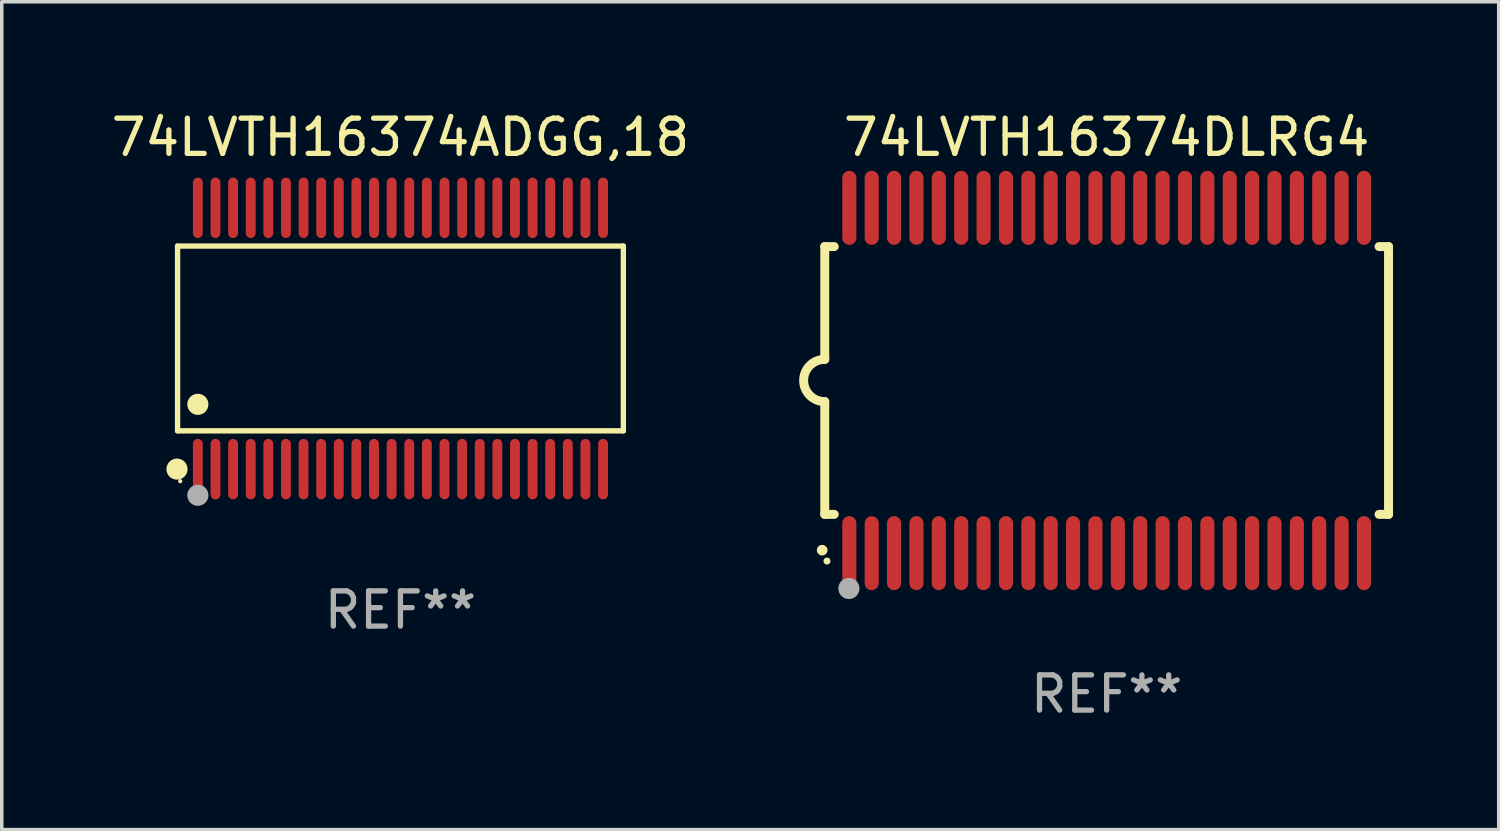
<source format=kicad_pcb>
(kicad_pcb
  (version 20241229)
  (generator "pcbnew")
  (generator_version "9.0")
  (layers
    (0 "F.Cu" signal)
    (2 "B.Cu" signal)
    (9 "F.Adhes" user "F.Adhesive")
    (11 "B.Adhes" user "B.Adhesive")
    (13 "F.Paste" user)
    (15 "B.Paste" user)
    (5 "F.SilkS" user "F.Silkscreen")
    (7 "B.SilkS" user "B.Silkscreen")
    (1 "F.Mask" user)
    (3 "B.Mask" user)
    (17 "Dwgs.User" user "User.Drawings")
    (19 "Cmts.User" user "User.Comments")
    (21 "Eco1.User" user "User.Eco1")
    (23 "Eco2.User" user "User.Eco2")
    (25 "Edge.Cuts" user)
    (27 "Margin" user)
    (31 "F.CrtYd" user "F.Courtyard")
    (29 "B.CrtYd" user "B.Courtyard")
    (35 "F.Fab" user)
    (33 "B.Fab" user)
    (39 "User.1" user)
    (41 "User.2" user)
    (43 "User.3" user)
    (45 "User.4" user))
  (footprint "74LVTH16374DLRG4"
    (layer "F.Cu")
    (at 28.357 7.748)
    (property "Reference" "74LVTH16374DLRG4" (at 0 -6.9 0) (layer "F.SilkS") (effects (font (size 1 1) (thickness 0.15))))
    (attr through_hole)
    (fp_line (start -8 -3.8) (end -8 -0.599) (stroke (width 0.254) (type solid)) (layer "F.SilkS"))
    (fp_line (start -8 -3.8) (end -7.731 -3.8) (stroke (width 0.254) (type solid)) (layer "F.SilkS"))
    (fp_line (start -8 3.8) (end -8 0.599) (stroke (width 0.254) (type solid)) (layer "F.SilkS"))
    (fp_line (start -7.731 3.8) (end -8 3.8) (stroke (width 0.254) (type solid)) (layer "F.SilkS"))
    (fp_line (start 7.731 -3.8) (end 8 -3.8) (stroke (width 0.254) (type solid)) (layer "F.SilkS"))
    (fp_line (start 8 -3.8) (end 8 3.8) (stroke (width 0.254) (type solid)) (layer "F.SilkS"))
    (fp_line (start 8 3.8) (end 7.731 3.8) (stroke (width 0.254) (type solid)) (layer "F.SilkS"))
    (fp_arc (start -8.074676 4.81585) (mid -8.073406 4.815845) (end -8.072136 4.81585) (stroke (width 0.3) (type solid)) (layer "F.SilkS"))
    (fp_arc (start -8.000025 0.6) (mid -8.598908 0.00056) (end -8.000027 -0.598882) (stroke (width 0.254001) (type solid)) (layer "F.SilkS"))
    (fp_circle (center -7.937 5.125) (end -7.887 5.125) (stroke (width 0.1) (type solid)) (fill no) (layer "F.SilkS"))
    (fp_circle (center -7.315 5.903) (end -7.165 5.903) (stroke (width 0.3) (type solid)) (fill no) (layer "F.Fab"))
    (fp_text user "REF**" (at 0 8.9 0) (layer "F.Fab") (effects (font (size 1 1) (thickness 0.15))))
    (pad "1" smd oval (at -7.303 4.9) (size 0.4 2.1) (layers "F.Cu" "F.Mask" "F.Paste"))
    (pad "2" smd oval (at -6.668 4.9) (size 0.4 2.1) (layers "F.Cu" "F.Mask" "F.Paste"))
    (pad "3" smd oval (at -6.033 4.9) (size 0.4 2.1) (layers "F.Cu" "F.Mask" "F.Paste"))
    (pad "4" smd oval (at -5.398 4.9) (size 0.4 2.1) (layers "F.Cu" "F.Mask" "F.Paste"))
    (pad "5" smd oval (at -4.763 4.9) (size 0.4 2.1) (layers "F.Cu" "F.Mask" "F.Paste"))
    (pad "6" smd oval (at -4.128 4.9) (size 0.4 2.1) (layers "F.Cu" "F.Mask" "F.Paste"))
    (pad "7" smd oval (at -3.493 4.9) (size 0.4 2.1) (layers "F.Cu" "F.Mask" "F.Paste"))
    (pad "8" smd oval (at -2.858 4.9) (size 0.4 2.1) (layers "F.Cu" "F.Mask" "F.Paste"))
    (pad "9" smd oval (at -2.223 4.9) (size 0.4 2.1) (layers "F.Cu" "F.Mask" "F.Paste"))
    (pad "10" smd oval (at -1.588 4.9) (size 0.4 2.1) (layers "F.Cu" "F.Mask" "F.Paste"))
    (pad "11" smd oval (at -0.953 4.9) (size 0.4 2.1) (layers "F.Cu" "F.Mask" "F.Paste"))
    (pad "12" smd oval (at -0.318 4.9) (size 0.4 2.1) (layers "F.Cu" "F.Mask" "F.Paste"))
    (pad "13" smd oval (at 0.318 4.9) (size 0.4 2.1) (layers "F.Cu" "F.Mask" "F.Paste"))
    (pad "14" smd oval (at 0.953 4.9) (size 0.4 2.1) (layers "F.Cu" "F.Mask" "F.Paste"))
    (pad "15" smd oval (at 1.588 4.9) (size 0.4 2.1) (layers "F.Cu" "F.Mask" "F.Paste"))
    (pad "16" smd oval (at 2.223 4.9) (size 0.4 2.1) (layers "F.Cu" "F.Mask" "F.Paste"))
    (pad "17" smd oval (at 2.858 4.9) (size 0.4 2.1) (layers "F.Cu" "F.Mask" "F.Paste"))
    (pad "18" smd oval (at 3.493 4.9) (size 0.4 2.1) (layers "F.Cu" "F.Mask" "F.Paste"))
    (pad "19" smd oval (at 4.128 4.9) (size 0.4 2.1) (layers "F.Cu" "F.Mask" "F.Paste"))
    (pad "20" smd oval (at 4.763 4.9) (size 0.4 2.1) (layers "F.Cu" "F.Mask" "F.Paste"))
    (pad "21" smd oval (at 5.398 4.9) (size 0.4 2.1) (layers "F.Cu" "F.Mask" "F.Paste"))
    (pad "22" smd oval (at 6.033 4.9) (size 0.4 2.1) (layers "F.Cu" "F.Mask" "F.Paste"))
    (pad "23" smd oval (at 6.668 4.9) (size 0.4 2.1) (layers "F.Cu" "F.Mask" "F.Paste"))
    (pad "24" smd oval (at 7.303 4.9) (size 0.4 2.1) (layers "F.Cu" "F.Mask" "F.Paste"))
    (pad "25" smd oval (at 7.303 -4.9 180) (size 0.4 2.1) (layers "F.Cu" "F.Mask" "F.Paste"))
    (pad "26" smd oval (at 6.668 -4.9 180) (size 0.4 2.1) (layers "F.Cu" "F.Mask" "F.Paste"))
    (pad "27" smd oval (at 6.033 -4.9 180) (size 0.4 2.1) (layers "F.Cu" "F.Mask" "F.Paste"))
    (pad "28" smd oval (at 5.398 -4.9 180) (size 0.4 2.1) (layers "F.Cu" "F.Mask" "F.Paste"))
    (pad "29" smd oval (at 4.763 -4.9 180) (size 0.4 2.1) (layers "F.Cu" "F.Mask" "F.Paste"))
    (pad "30" smd oval (at 4.128 -4.9 180) (size 0.4 2.1) (layers "F.Cu" "F.Mask" "F.Paste"))
    (pad "31" smd oval (at 3.493 -4.9 180) (size 0.4 2.1) (layers "F.Cu" "F.Mask" "F.Paste"))
    (pad "32" smd oval (at 2.858 -4.9 180) (size 0.4 2.1) (layers "F.Cu" "F.Mask" "F.Paste"))
    (pad "33" smd oval (at 2.223 -4.9 180) (size 0.4 2.1) (layers "F.Cu" "F.Mask" "F.Paste"))
    (pad "34" smd oval (at 1.588 -4.9 180) (size 0.4 2.1) (layers "F.Cu" "F.Mask" "F.Paste"))
    (pad "35" smd oval (at 0.953 -4.9 180) (size 0.4 2.1) (layers "F.Cu" "F.Mask" "F.Paste"))
    (pad "36" smd oval (at 0.318 -4.9 180) (size 0.4 2.1) (layers "F.Cu" "F.Mask" "F.Paste"))
    (pad "37" smd oval (at -0.318 -4.9 180) (size 0.4 2.1) (layers "F.Cu" "F.Mask" "F.Paste"))
    (pad "38" smd oval (at -0.953 -4.9 180) (size 0.4 2.1) (layers "F.Cu" "F.Mask" "F.Paste"))
    (pad "39" smd oval (at -1.588 -4.9 180) (size 0.4 2.1) (layers "F.Cu" "F.Mask" "F.Paste"))
    (pad "40" smd oval (at -2.223 -4.9 180) (size 0.4 2.1) (layers "F.Cu" "F.Mask" "F.Paste"))
    (pad "41" smd oval (at -2.858 -4.9 180) (size 0.4 2.1) (layers "F.Cu" "F.Mask" "F.Paste"))
    (pad "42" smd oval (at -3.493 -4.9 180) (size 0.4 2.1) (layers "F.Cu" "F.Mask" "F.Paste"))
    (pad "43" smd oval (at -4.128 -4.9 180) (size 0.4 2.1) (layers "F.Cu" "F.Mask" "F.Paste"))
    (pad "44" smd oval (at -4.763 -4.9 180) (size 0.4 2.1) (layers "F.Cu" "F.Mask" "F.Paste"))
    (pad "45" smd oval (at -5.398 -4.9 180) (size 0.4 2.1) (layers "F.Cu" "F.Mask" "F.Paste"))
    (pad "46" smd oval (at -6.033 -4.9 180) (size 0.4 2.1) (layers "F.Cu" "F.Mask" "F.Paste"))
    (pad "47" smd oval (at -6.668 -4.9 180) (size 0.4 2.1) (layers "F.Cu" "F.Mask" "F.Paste"))
    (pad "48" smd oval (at -7.303 -4.9 180) (size 0.4 2.1) (layers "F.Cu" "F.Mask" "F.Paste")))
  (footprint "74LVTH16374ADGG,18"
    (layer "F.Cu")
    (at 8.315 6.556)
    (property "Reference" "74LVTH16374ADGG,18" (at 0 -5.708 0) (layer "F.SilkS") (effects (font (size 1 1) (thickness 0.15))))
    (attr through_hole)
    (fp_line (start -6.326 -2.622) (end 6.326 -2.622) (stroke (width 0.152) (type solid)) (layer "F.SilkS"))
    (fp_line (start -6.326 2.621) (end -6.326 -2.622) (stroke (width 0.152) (type solid)) (layer "F.SilkS"))
    (fp_line (start 6.326 -2.622) (end 6.326 2.621) (stroke (width 0.152) (type solid)) (layer "F.SilkS"))
    (fp_line (start 6.326 2.621) (end -6.326 2.621) (stroke (width 0.152) (type solid)) (layer "F.SilkS"))
    (fp_circle (center -6.342 3.708) (end -6.192 3.708) (stroke (width 0.3) (type solid)) (fill no) (layer "F.SilkS"))
    (fp_circle (center -6.25 4.05) (end -6.22 4.05) (stroke (width 0.06) (type solid)) (fill no) (layer "F.SilkS"))
    (fp_circle (center -5.75 1.869) (end -5.6 1.869) (stroke (width 0.3) (type solid)) (fill no) (layer "F.SilkS"))
    (fp_circle (center -5.75 4.45) (end -5.6 4.45) (stroke (width 0.3) (type solid)) (fill no) (layer "F.Fab"))
    (fp_text user "REF**" (at 0 7.708 0) (layer "F.Fab") (effects (font (size 1 1) (thickness 0.15))))
    (pad "1" smd oval (at -5.75 3.708) (size 0.28 1.715) (layers "F.Cu" "F.Mask" "F.Paste"))
    (pad "2" smd oval (at -5.25 3.708) (size 0.28 1.715) (layers "F.Cu" "F.Mask" "F.Paste"))
    (pad "3" smd oval (at -4.75 3.708) (size 0.28 1.715) (layers "F.Cu" "F.Mask" "F.Paste"))
    (pad "4" smd oval (at -4.25 3.708) (size 0.28 1.715) (layers "F.Cu" "F.Mask" "F.Paste"))
    (pad "5" smd oval (at -3.75 3.708) (size 0.28 1.715) (layers "F.Cu" "F.Mask" "F.Paste"))
    (pad "6" smd oval (at -3.25 3.708) (size 0.28 1.715) (layers "F.Cu" "F.Mask" "F.Paste"))
    (pad "7" smd oval (at -2.75 3.708) (size 0.28 1.715) (layers "F.Cu" "F.Mask" "F.Paste"))
    (pad "8" smd oval (at -2.25 3.708) (size 0.28 1.715) (layers "F.Cu" "F.Mask" "F.Paste"))
    (pad "9" smd oval (at -1.75 3.708) (size 0.28 1.715) (layers "F.Cu" "F.Mask" "F.Paste"))
    (pad "10" smd oval (at -1.25 3.708) (size 0.28 1.715) (layers "F.Cu" "F.Mask" "F.Paste"))
    (pad "11" smd oval (at -0.75 3.708) (size 0.28 1.715) (layers "F.Cu" "F.Mask" "F.Paste"))
    (pad "12" smd oval (at -0.25 3.708) (size 0.28 1.715) (layers "F.Cu" "F.Mask" "F.Paste"))
    (pad "13" smd oval (at 0.25 3.708) (size 0.28 1.715) (layers "F.Cu" "F.Mask" "F.Paste"))
    (pad "14" smd oval (at 0.75 3.708) (size 0.28 1.715) (layers "F.Cu" "F.Mask" "F.Paste"))
    (pad "15" smd oval (at 1.25 3.708) (size 0.28 1.715) (layers "F.Cu" "F.Mask" "F.Paste"))
    (pad "16" smd oval (at 1.75 3.708) (size 0.28 1.715) (layers "F.Cu" "F.Mask" "F.Paste"))
    (pad "17" smd oval (at 2.25 3.708) (size 0.28 1.715) (layers "F.Cu" "F.Mask" "F.Paste"))
    (pad "18" smd oval (at 2.75 3.708) (size 0.28 1.715) (layers "F.Cu" "F.Mask" "F.Paste"))
    (pad "19" smd oval (at 3.25 3.708) (size 0.28 1.715) (layers "F.Cu" "F.Mask" "F.Paste"))
    (pad "20" smd oval (at 3.75 3.708) (size 0.28 1.715) (layers "F.Cu" "F.Mask" "F.Paste"))
    (pad "21" smd oval (at 4.25 3.708) (size 0.28 1.715) (layers "F.Cu" "F.Mask" "F.Paste"))
    (pad "22" smd oval (at 4.75 3.708) (size 0.28 1.715) (layers "F.Cu" "F.Mask" "F.Paste"))
    (pad "23" smd oval (at 5.25 3.708) (size 0.28 1.715) (layers "F.Cu" "F.Mask" "F.Paste"))
    (pad "24" smd oval (at 5.75 3.708) (size 0.28 1.715) (layers "F.Cu" "F.Mask" "F.Paste"))
    (pad "25" smd oval (at 5.75 -3.708) (size 0.28 1.715) (layers "F.Cu" "F.Mask" "F.Paste"))
    (pad "26" smd oval (at 5.25 -3.708) (size 0.28 1.715) (layers "F.Cu" "F.Mask" "F.Paste"))
    (pad "27" smd oval (at 4.75 -3.708) (size 0.28 1.715) (layers "F.Cu" "F.Mask" "F.Paste"))
    (pad "28" smd oval (at 4.25 -3.708) (size 0.28 1.715) (layers "F.Cu" "F.Mask" "F.Paste"))
    (pad "29" smd oval (at 3.75 -3.708) (size 0.28 1.715) (layers "F.Cu" "F.Mask" "F.Paste"))
    (pad "30" smd oval (at 3.25 -3.708) (size 0.28 1.715) (layers "F.Cu" "F.Mask" "F.Paste"))
    (pad "31" smd oval (at 2.75 -3.708) (size 0.28 1.715) (layers "F.Cu" "F.Mask" "F.Paste"))
    (pad "32" smd oval (at 2.25 -3.708) (size 0.28 1.715) (layers "F.Cu" "F.Mask" "F.Paste"))
    (pad "33" smd oval (at 1.75 -3.708) (size 0.28 1.715) (layers "F.Cu" "F.Mask" "F.Paste"))
    (pad "34" smd oval (at 1.25 -3.708) (size 0.28 1.715) (layers "F.Cu" "F.Mask" "F.Paste"))
    (pad "35" smd oval (at 0.75 -3.708) (size 0.28 1.715) (layers "F.Cu" "F.Mask" "F.Paste"))
    (pad "36" smd oval (at 0.25 -3.708) (size 0.28 1.715) (layers "F.Cu" "F.Mask" "F.Paste"))
    (pad "37" smd oval (at -0.25 -3.708) (size 0.28 1.715) (layers "F.Cu" "F.Mask" "F.Paste"))
    (pad "38" smd oval (at -0.75 -3.708) (size 0.28 1.715) (layers "F.Cu" "F.Mask" "F.Paste"))
    (pad "39" smd oval (at -1.25 -3.708) (size 0.28 1.715) (layers "F.Cu" "F.Mask" "F.Paste"))
    (pad "40" smd oval (at -1.75 -3.708) (size 0.28 1.715) (layers "F.Cu" "F.Mask" "F.Paste"))
    (pad "41" smd oval (at -2.25 -3.708) (size 0.28 1.715) (layers "F.Cu" "F.Mask" "F.Paste"))
    (pad "42" smd oval (at -2.75 -3.708) (size 0.28 1.715) (layers "F.Cu" "F.Mask" "F.Paste"))
    (pad "43" smd oval (at -3.25 -3.708) (size 0.28 1.715) (layers "F.Cu" "F.Mask" "F.Paste"))
    (pad "44" smd oval (at -3.75 -3.708) (size 0.28 1.715) (layers "F.Cu" "F.Mask" "F.Paste"))
    (pad "45" smd oval (at -4.25 -3.708) (size 0.28 1.715) (layers "F.Cu" "F.Mask" "F.Paste"))
    (pad "46" smd oval (at -4.75 -3.708) (size 0.28 1.715) (layers "F.Cu" "F.Mask" "F.Paste"))
    (pad "47" smd oval (at -5.25 -3.708) (size 0.28 1.715) (layers "F.Cu" "F.Mask" "F.Paste"))
    (pad "48" smd oval (at -5.75 -3.708) (size 0.28 1.715) (layers "F.Cu" "F.Mask" "F.Paste")))
  (gr_rect
    (start -3 -3)
    (end 39.484 20.496)
    (stroke (width 0.1) (type default))
    (fill no)
    (layer "Edge.Cuts")))
</source>
